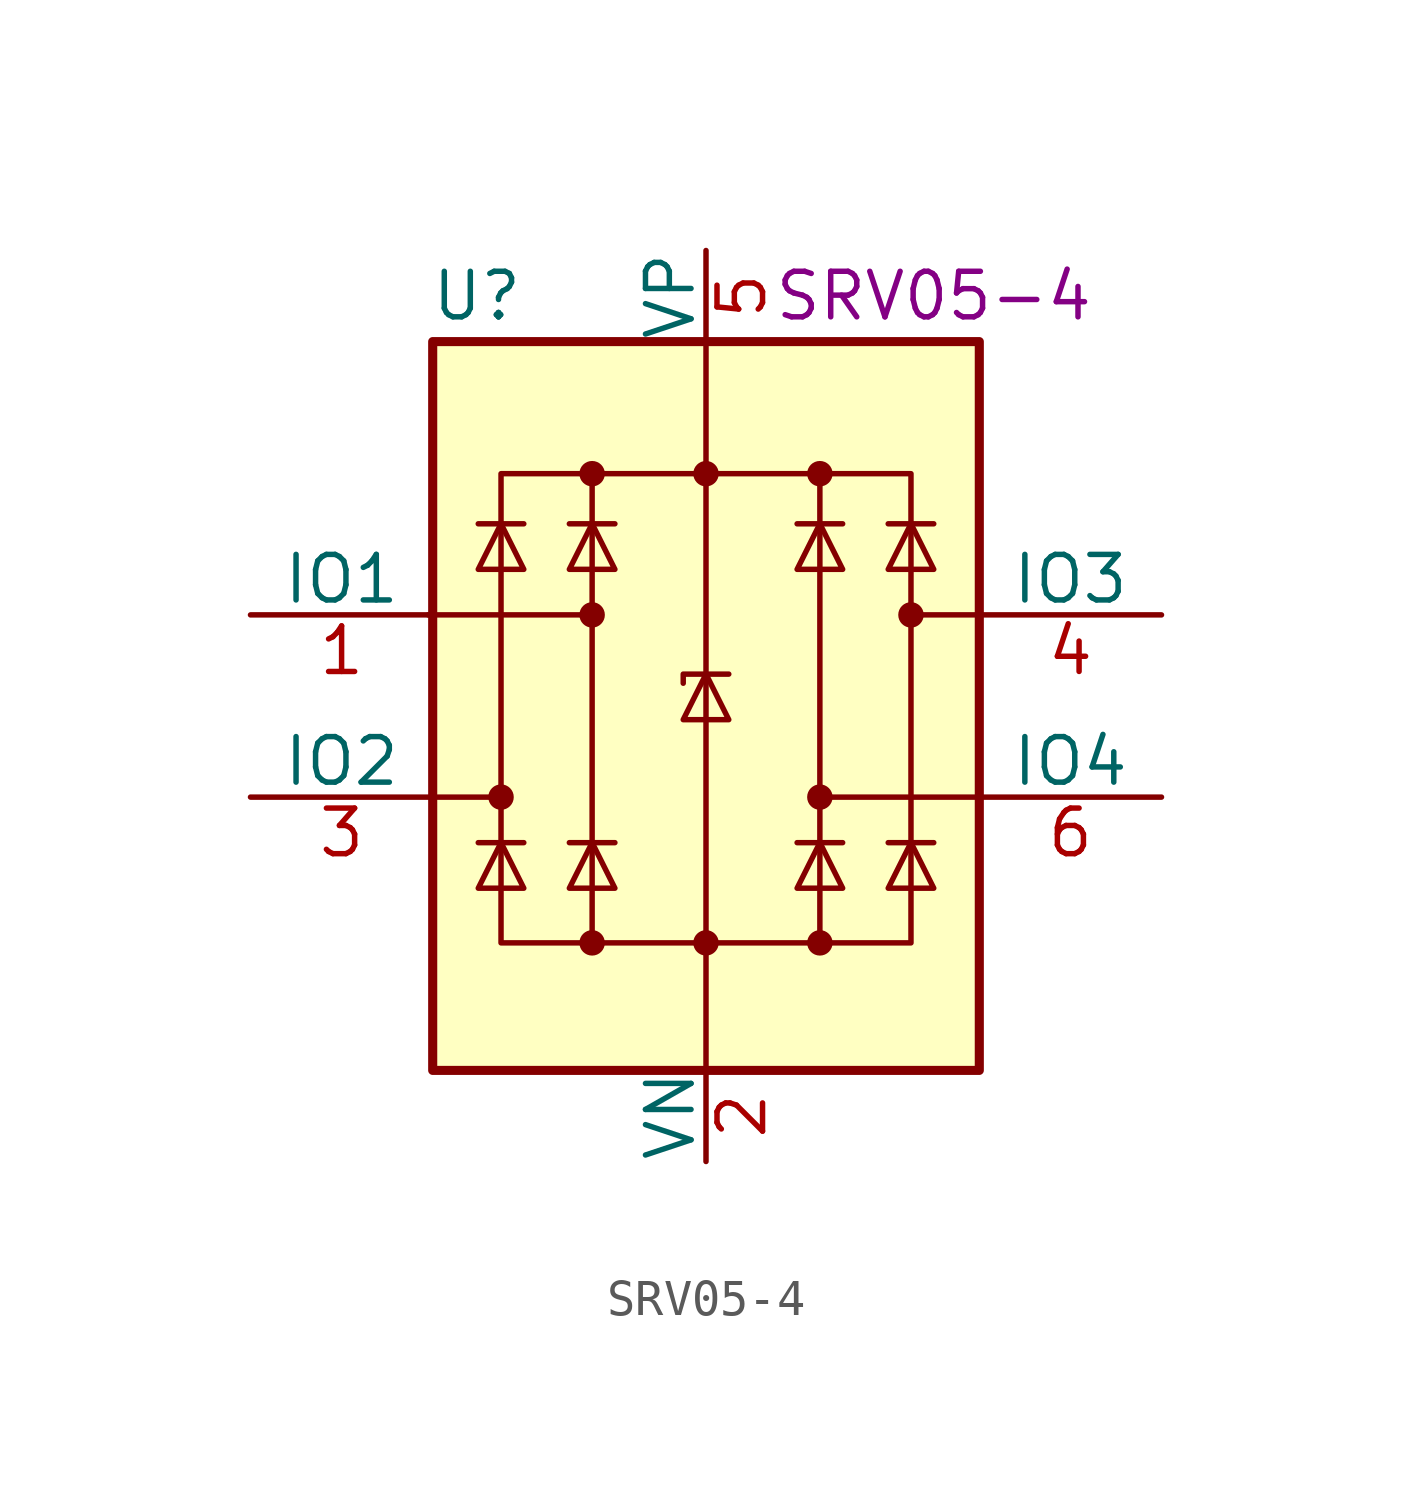
<source format=kicad_sym>
(kicad_symbol_lib
  (version 20220914)
  (generator kicad_symbol_editor)
  (symbol "SRV05-4"
    (pin_names
      (offset 0))
    (property "Reference" "U"
      (at -5.08 11.43 0)
      (effects (font (size 1.27 1.27)) (justify right)))
    (property "UserValue" "SRV05-4"
      (at 6.35 11.43 0)
      (effects (font (size 1.27 1.27))))
    (symbol "SRV05-4_0_0"
      (rectangle (start -5.715 6.477) (end 5.715 -6.604) (stroke (width 0) (type default)) (fill (type none)))
      (polyline (pts (xy -3.175 -6.604) (xy -3.175 6.477)) (stroke (width 0) (type default)) (fill (type none)))
      (polyline (pts (xy 3.175 6.477) (xy 3.175 -6.604)) (stroke (width 0) (type default)) (fill (type none))))
    (symbol "SRV05-4_0_1"
      (rectangle (start -7.62 10.16) (end 7.62 -10.16) (stroke (width 0.254) (type default)) (fill (type background)))
      (circle (center -5.715 -2.54) (radius 0.279) (stroke (width 0) (type default)) (fill (type outline)))
      (circle (center -3.175 -6.604) (radius 0.279) (stroke (width 0) (type default)) (fill (type outline)))
      (circle (center -3.175 2.54) (radius 0.279) (stroke (width 0) (type default)) (fill (type outline)))
      (circle (center -3.175 6.477) (radius 0.279) (stroke (width 0) (type default)) (fill (type outline)))
      (circle (center 0 -6.604) (radius 0.279) (stroke (width 0) (type default)) (fill (type outline)))
      (polyline (pts (xy -7.747 2.54) (xy -3.175 2.54)) (stroke (width 0) (type default)) (fill (type none)))
      (polyline (pts (xy -7.62 -2.54) (xy -5.715 -2.54)) (stroke (width 0) (type default)) (fill (type none)))
      (polyline (pts (xy -5.08 -3.81) (xy -6.35 -3.81)) (stroke (width 0) (type default)) (fill (type none)))
      (polyline (pts (xy -5.08 5.08) (xy -6.35 5.08)) (stroke (width 0) (type default)) (fill (type none)))
      (polyline (pts (xy -2.54 -3.81) (xy -3.81 -3.81)) (stroke (width 0) (type default)) (fill (type none)))
      (polyline (pts (xy -2.54 5.08) (xy -3.81 5.08)) (stroke (width 0) (type default)) (fill (type none)))
      (polyline (pts (xy 0 10.16) (xy 0 -10.16)) (stroke (width 0) (type default)) (fill (type none)))
      (polyline (pts (xy 3.81 -3.81) (xy 2.54 -3.81)) (stroke (width 0) (type default)) (fill (type none)))
      (polyline (pts (xy 3.81 5.08) (xy 2.54 5.08)) (stroke (width 0) (type default)) (fill (type none)))
      (polyline (pts (xy 6.35 -3.81) (xy 5.08 -3.81)) (stroke (width 0) (type default)) (fill (type none)))
      (polyline (pts (xy 6.35 5.08) (xy 5.08 5.08)) (stroke (width 0) (type default)) (fill (type none)))
      (polyline (pts (xy 7.62 -2.54) (xy 3.175 -2.54)) (stroke (width 0) (type default)) (fill (type none)))
      (polyline (pts (xy 7.62 2.54) (xy 5.715 2.54)) (stroke (width 0) (type default)) (fill (type none)))
      (polyline (pts (xy 0.635 0.889) (xy -0.635 0.889) (xy -0.635 0.635)) (stroke (width 0) (type default)) (fill (type none)))
      (polyline (pts (xy -5.08 -5.08) (xy -6.35 -5.08) (xy -5.715 -3.81) (xy -5.08 -5.08)) (stroke (width 0) (type default)) (fill (type none)))
      (polyline (pts (xy -5.08 3.81) (xy -6.35 3.81) (xy -5.715 5.08) (xy -5.08 3.81)) (stroke (width 0) (type default)) (fill (type none)))
      (polyline (pts (xy -2.54 -5.08) (xy -3.81 -5.08) (xy -3.175 -3.81) (xy -2.54 -5.08)) (stroke (width 0) (type default)) (fill (type none)))
      (polyline (pts (xy -2.54 3.81) (xy -3.81 3.81) (xy -3.175 5.08) (xy -2.54 3.81)) (stroke (width 0) (type default)) (fill (type none)))
      (polyline (pts (xy 0.635 -0.381) (xy -0.635 -0.381) (xy 0 0.889) (xy 0.635 -0.381)) (stroke (width 0) (type default)) (fill (type none)))
      (polyline (pts (xy 3.81 -5.08) (xy 2.54 -5.08) (xy 3.175 -3.81) (xy 3.81 -5.08)) (stroke (width 0) (type default)) (fill (type none)))
      (polyline (pts (xy 3.81 3.81) (xy 2.54 3.81) (xy 3.175 5.08) (xy 3.81 3.81)) (stroke (width 0) (type default)) (fill (type none)))
      (polyline (pts (xy 6.35 -5.08) (xy 5.08 -5.08) (xy 5.715 -3.81) (xy 6.35 -5.08)) (stroke (width 0) (type default)) (fill (type none)))
      (polyline (pts (xy 6.35 3.81) (xy 5.08 3.81) (xy 5.715 5.08) (xy 6.35 3.81)) (stroke (width 0) (type default)) (fill (type none)))
      (circle (center 0 6.477) (radius 0.279) (stroke (width 0) (type default)) (fill (type outline)))
      (circle (center 3.175 -6.604) (radius 0.279) (stroke (width 0) (type default)) (fill (type outline)))
      (circle (center 3.175 -2.54) (radius 0.279) (stroke (width 0) (type default)) (fill (type outline)))
      (circle (center 3.175 6.477) (radius 0.279) (stroke (width 0) (type default)) (fill (type outline)))
      (circle (center 5.715 2.54) (radius 0.279) (stroke (width 0) (type default)) (fill (type outline))))
    (symbol "SRV05-4_1_1"
      (pin passive line (at -12.7 2.54 0) (length 5.08) (name "IO1" (effects (font (size 1.27 1.27)))) (number "1" (effects (font (size 1.27 1.27)))))
      (pin passive line (at 0 -12.7 90) (length 2.54) (name "VN" (effects (font (size 1.27 1.27)))) (number "2" (effects (font (size 1.27 1.27)))))
      (pin passive line (at -12.7 -2.54 0) (length 5.08) (name "IO2" (effects (font (size 1.27 1.27)))) (number "3" (effects (font (size 1.27 1.27)))))
      (pin passive line (at 12.7 2.54 180) (length 5.08) (name "IO3" (effects (font (size 1.27 1.27)))) (number "4" (effects (font (size 1.27 1.27)))))
      (pin passive line (at 0 12.7 270) (length 2.54) (name "VP" (effects (font (size 1.27 1.27)))) (number "5" (effects (font (size 1.27 1.27)))))
      (pin passive line (at 12.7 -2.54 180) (length 5.08) (name "IO4" (effects (font (size 1.27 1.27)))) (number "6" (effects (font (size 1.27 1.27))))))))
</source>
